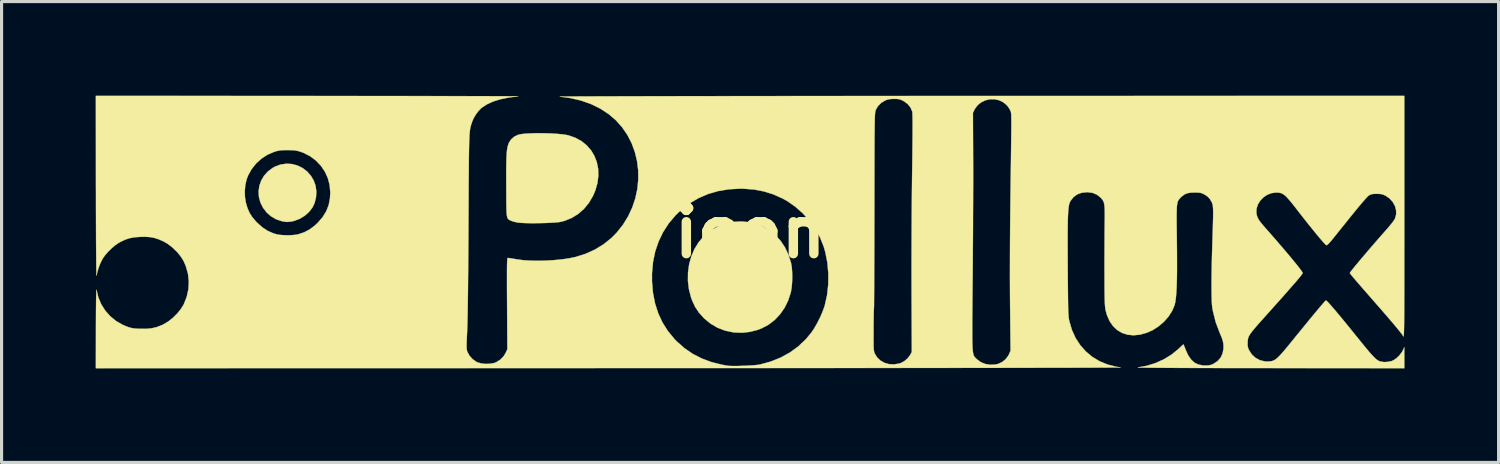
<source format=kicad_pcb>
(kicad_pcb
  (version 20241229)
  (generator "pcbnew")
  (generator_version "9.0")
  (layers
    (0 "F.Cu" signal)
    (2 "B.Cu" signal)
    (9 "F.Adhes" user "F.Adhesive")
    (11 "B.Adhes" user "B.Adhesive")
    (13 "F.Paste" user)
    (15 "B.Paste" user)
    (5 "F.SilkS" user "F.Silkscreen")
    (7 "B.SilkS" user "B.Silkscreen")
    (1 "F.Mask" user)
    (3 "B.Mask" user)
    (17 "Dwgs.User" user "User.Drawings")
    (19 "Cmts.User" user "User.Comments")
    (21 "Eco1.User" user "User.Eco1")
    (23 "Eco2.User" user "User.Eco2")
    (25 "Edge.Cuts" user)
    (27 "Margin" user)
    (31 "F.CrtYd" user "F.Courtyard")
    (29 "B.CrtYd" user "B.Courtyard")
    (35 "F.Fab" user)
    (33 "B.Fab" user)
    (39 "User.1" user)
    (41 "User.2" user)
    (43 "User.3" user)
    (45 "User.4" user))
  (footprint "icon"
    (layer "F.Cu")
    (at 20.854 4.344)
    (property "Reference" "icon" (at 0 0 0) (layer "F.SilkS") (effects (font (size 1.524 1.524) (thickness 0.3))))
    (attr through_hole)
    (fp_poly (pts (xy -14.603 -2.167) (xy -14.428 -2.121) (xy -14.265 -2.042) (xy -14.118 -1.93) (xy -13.993 -1.788) (xy -13.906 -1.64) (xy -13.846 -1.469) (xy -13.822 -1.286) (xy -13.834 -1.1) (xy -13.88 -0.921) (xy -13.949 -0.778) (xy -14.055 -0.64) (xy -14.193 -0.519) (xy -14.352 -0.422) (xy -14.522 -0.357) (xy -14.593 -0.34) (xy -14.682 -0.326) (xy -14.749 -0.321) (xy -14.814 -0.326) (xy -14.896 -0.341) (xy -14.924 -0.346) (xy -15.105 -0.407) (xy -15.272 -0.505) (xy -15.4 -0.617) (xy -15.521 -0.772) (xy -15.605 -0.94) (xy -15.652 -1.115) (xy -15.663 -1.293) (xy -15.639 -1.468) (xy -15.581 -1.636) (xy -15.49 -1.792) (xy -15.366 -1.93) (xy -15.211 -2.045) (xy -15.144 -2.082) (xy -14.966 -2.149) (xy -14.784 -2.177) (xy -14.603 -2.167)) (stroke (width 0.01) (type solid)) (fill yes) (layer "F.SilkS"))
    (fp_poly (pts (xy -0.035 -0.314) (xy 0.203 -0.256) (xy 0.43 -0.163) (xy 0.643 -0.034) (xy 0.796 0.091) (xy 0.973 0.282) (xy 1.116 0.497) (xy 1.228 0.738) (xy 1.305 0.987) (xy 1.328 1.114) (xy 1.34 1.27) (xy 1.344 1.44) (xy 1.338 1.613) (xy 1.323 1.776) (xy 1.3 1.914) (xy 1.296 1.931) (xy 1.213 2.184) (xy 1.098 2.416) (xy 0.953 2.624) (xy 0.782 2.804) (xy 0.586 2.954) (xy 0.369 3.07) (xy 0.232 3.121) (xy -0.008 3.182) (xy -0.239 3.209) (xy -0.474 3.203) (xy -0.546 3.195) (xy -0.801 3.141) (xy -1.041 3.048) (xy -1.263 2.918) (xy -1.463 2.752) (xy -1.473 2.742) (xy -1.63 2.567) (xy -1.752 2.384) (xy -1.847 2.18) (xy -1.881 2.085) (xy -1.949 1.823) (xy -1.981 1.556) (xy -1.978 1.29) (xy -1.942 1.029) (xy -1.873 0.779) (xy -1.773 0.544) (xy -1.643 0.331) (xy -1.484 0.142) (xy -1.424 0.085) (xy -1.22 -0.07) (xy -0.999 -0.19) (xy -0.766 -0.274) (xy -0.524 -0.323) (xy -0.279 -0.336) (xy -0.035 -0.314)) (stroke (width 0.01) (type solid)) (fill yes) (layer "F.SilkS"))
    (fp_poly (pts (xy -6.497 -3.146) (xy -6.316 -3.139) (xy -6.145 -3.128) (xy -5.992 -3.114) (xy -5.864 -3.096) (xy -5.789 -3.081) (xy -5.567 -3.003) (xy -5.371 -2.895) (xy -5.204 -2.76) (xy -5.066 -2.601) (xy -4.959 -2.421) (xy -4.884 -2.224) (xy -4.842 -2.012) (xy -4.836 -1.79) (xy -4.865 -1.56) (xy -4.932 -1.326) (xy -5.005 -1.154) (xy -5.134 -0.933) (xy -5.292 -0.74) (xy -5.475 -0.579) (xy -5.68 -0.451) (xy -5.904 -0.359) (xy -6.023 -0.327) (xy -6.102 -0.314) (xy -6.216 -0.304) (xy -6.356 -0.295) (xy -6.513 -0.288) (xy -6.681 -0.284) (xy -6.851 -0.282) (xy -7.014 -0.282) (xy -7.164 -0.285) (xy -7.291 -0.291) (xy -7.387 -0.3) (xy -7.42 -0.305) (xy -7.506 -0.324) (xy -7.585 -0.348) (xy -7.637 -0.368) (xy -7.666 -0.383) (xy -7.691 -0.398) (xy -7.711 -0.417) (xy -7.728 -0.442) (xy -7.741 -0.478) (xy -7.751 -0.529) (xy -7.758 -0.597) (xy -7.763 -0.688) (xy -7.766 -0.804) (xy -7.768 -0.949) (xy -7.769 -1.127) (xy -7.77 -1.342) (xy -7.77 -1.483) (xy -7.771 -1.739) (xy -7.771 -1.957) (xy -7.769 -2.14) (xy -7.766 -2.293) (xy -7.761 -2.42) (xy -7.755 -2.524) (xy -7.746 -2.609) (xy -7.735 -2.68) (xy -7.721 -2.74) (xy -7.704 -2.794) (xy -7.684 -2.845) (xy -7.683 -2.848) (xy -7.617 -2.951) (xy -7.52 -3.036) (xy -7.399 -3.096) (xy -7.382 -3.101) (xy -7.296 -3.119) (xy -7.176 -3.133) (xy -7.028 -3.142) (xy -6.861 -3.148) (xy -6.681 -3.149) (xy -6.497 -3.146)) (stroke (width 0.01) (type solid)) (fill yes) (layer "F.SilkS"))
    (fp_poly (pts (xy 20.849 -0.471) (xy 20.849 0.004) (xy 20.849 0.438) (xy 20.848 0.833) (xy 20.848 1.192) (xy 20.848 1.515) (xy 20.848 1.804) (xy 20.847 2.062) (xy 20.847 2.29) (xy 20.846 2.489) (xy 20.845 2.662) (xy 20.844 2.811) (xy 20.843 2.936) (xy 20.841 3.041) (xy 20.839 3.126) (xy 20.837 3.193) (xy 20.835 3.245) (xy 20.832 3.282) (xy 20.829 3.307) (xy 20.826 3.322) (xy 20.822 3.328) (xy 20.818 3.326) (xy 20.814 3.32) (xy 20.809 3.31) (xy 20.807 3.307) (xy 20.784 3.271) (xy 20.736 3.207) (xy 20.663 3.117) (xy 20.57 3.004) (xy 20.457 2.87) (xy 20.327 2.718) (xy 20.183 2.551) (xy 20.03 2.375) (xy 19.844 2.163) (xy 19.684 1.98) (xy 19.548 1.824) (xy 19.435 1.694) (xy 19.342 1.587) (xy 19.268 1.5) (xy 19.211 1.433) (xy 19.169 1.382) (xy 19.14 1.346) (xy 19.123 1.322) (xy 19.115 1.309) (xy 19.113 1.305) (xy 19.127 1.282) (xy 19.165 1.232) (xy 19.225 1.156) (xy 19.304 1.06) (xy 19.399 0.946) (xy 19.506 0.818) (xy 19.623 0.681) (xy 19.746 0.536) (xy 19.873 0.389) (xy 20 0.242) (xy 20.125 0.1) (xy 20.244 -0.035) (xy 20.272 -0.066) (xy 20.355 -0.162) (xy 20.431 -0.255) (xy 20.494 -0.336) (xy 20.537 -0.399) (xy 20.552 -0.426) (xy 20.589 -0.556) (xy 20.588 -0.692) (xy 20.553 -0.826) (xy 20.485 -0.951) (xy 20.388 -1.062) (xy 20.264 -1.151) (xy 20.249 -1.159) (xy 20.182 -1.19) (xy 20.12 -1.208) (xy 20.044 -1.215) (xy 19.971 -1.217) (xy 19.877 -1.215) (xy 19.811 -1.206) (xy 19.76 -1.189) (xy 19.722 -1.168) (xy 19.686 -1.137) (xy 19.627 -1.075) (xy 19.546 -0.983) (xy 19.445 -0.865) (xy 19.327 -0.723) (xy 19.193 -0.558) (xy 19.147 -0.501) (xy 19.029 -0.354) (xy 18.914 -0.211) (xy 18.806 -0.077) (xy 18.71 0.043) (xy 18.628 0.145) (xy 18.565 0.223) (xy 18.528 0.269) (xy 18.47 0.336) (xy 18.419 0.388) (xy 18.382 0.418) (xy 18.371 0.422) (xy 18.347 0.406) (xy 18.299 0.358) (xy 18.229 0.28) (xy 18.138 0.173) (xy 18.028 0.041) (xy 17.901 -0.116) (xy 17.758 -0.294) (xy 17.601 -0.493) (xy 17.431 -0.711) (xy 17.414 -0.733) (xy 17.298 -0.882) (xy 17.202 -0.999) (xy 17.123 -1.089) (xy 17.056 -1.156) (xy 16.996 -1.203) (xy 16.939 -1.233) (xy 16.881 -1.25) (xy 16.817 -1.257) (xy 16.753 -1.258) (xy 16.611 -1.238) (xy 16.477 -1.185) (xy 16.357 -1.103) (xy 16.257 -1) (xy 16.183 -0.879) (xy 16.14 -0.749) (xy 16.134 -0.617) (xy 16.147 -0.537) (xy 16.174 -0.46) (xy 16.218 -0.38) (xy 16.285 -0.289) (xy 16.379 -0.178) (xy 16.392 -0.163) (xy 16.573 0.043) (xy 16.747 0.242) (xy 16.91 0.431) (xy 17.061 0.608) (xy 17.199 0.771) (xy 17.32 0.918) (xy 17.423 1.044) (xy 17.505 1.149) (xy 17.566 1.23) (xy 17.601 1.283) (xy 17.611 1.306) (xy 17.601 1.326) (xy 17.572 1.368) (xy 17.522 1.432) (xy 17.45 1.519) (xy 17.355 1.63) (xy 17.236 1.766) (xy 17.093 1.929) (xy 16.924 2.12) (xy 16.727 2.34) (xy 16.532 2.558) (xy 16.378 2.73) (xy 16.249 2.874) (xy 16.144 2.993) (xy 16.061 3.091) (xy 15.995 3.172) (xy 15.946 3.237) (xy 15.911 3.292) (xy 15.887 3.339) (xy 15.872 3.382) (xy 15.864 3.424) (xy 15.859 3.469) (xy 15.857 3.504) (xy 15.855 3.596) (xy 15.863 3.664) (xy 15.882 3.725) (xy 15.898 3.76) (xy 15.987 3.899) (xy 16.103 4.007) (xy 16.242 4.083) (xy 16.397 4.122) (xy 16.478 4.127) (xy 16.547 4.125) (xy 16.608 4.118) (xy 16.665 4.103) (xy 16.72 4.076) (xy 16.779 4.034) (xy 16.845 3.974) (xy 16.922 3.893) (xy 17.014 3.788) (xy 17.124 3.656) (xy 17.252 3.499) (xy 17.473 3.227) (xy 17.67 2.986) (xy 17.842 2.776) (xy 17.99 2.597) (xy 18.113 2.449) (xy 18.211 2.333) (xy 18.283 2.25) (xy 18.33 2.198) (xy 18.351 2.18) (xy 18.351 2.18) (xy 18.376 2.197) (xy 18.427 2.247) (xy 18.503 2.331) (xy 18.605 2.449) (xy 18.733 2.6) (xy 18.886 2.784) (xy 19.064 3.002) (xy 19.267 3.253) (xy 19.395 3.411) (xy 19.534 3.583) (xy 19.651 3.725) (xy 19.747 3.839) (xy 19.828 3.929) (xy 19.894 3.998) (xy 19.95 4.05) (xy 19.999 4.086) (xy 20.043 4.111) (xy 20.086 4.127) (xy 20.097 4.13) (xy 20.205 4.145) (xy 20.327 4.138) (xy 20.443 4.113) (xy 20.501 4.089) (xy 20.597 4.024) (xy 20.692 3.933) (xy 20.77 3.832) (xy 20.805 3.768) (xy 20.848 3.672) (xy 20.849 4.339) (xy 16.526 4.336) (xy 16.053 4.336) (xy 15.601 4.335) (xy 15.174 4.335) (xy 14.771 4.334) (xy 14.394 4.333) (xy 14.045 4.332) (xy 13.724 4.331) (xy 13.434 4.329) (xy 13.175 4.328) (xy 12.95 4.326) (xy 12.758 4.325) (xy 12.602 4.323) (xy 12.484 4.321) (xy 12.403 4.319) (xy 12.363 4.317) (xy 12.361 4.315) (xy 12.645 4.263) (xy 12.922 4.176) (xy 13.186 4.057) (xy 13.429 3.908) (xy 13.644 3.734) (xy 13.673 3.706) (xy 13.733 3.649) (xy 13.78 3.606) (xy 13.808 3.583) (xy 13.812 3.582) (xy 13.822 3.603) (xy 13.843 3.654) (xy 13.871 3.726) (xy 13.883 3.757) (xy 13.962 3.93) (xy 14.053 4.063) (xy 14.158 4.16) (xy 14.28 4.221) (xy 14.422 4.251) (xy 14.499 4.255) (xy 14.597 4.251) (xy 14.671 4.239) (xy 14.741 4.214) (xy 14.77 4.2) (xy 14.9 4.113) (xy 14.998 4.001) (xy 15.06 3.866) (xy 15.088 3.709) (xy 15.087 3.611) (xy 15.079 3.535) (xy 15.063 3.461) (xy 15.036 3.378) (xy 14.994 3.275) (xy 14.969 3.217) (xy 14.84 2.877) (xy 14.75 2.52) (xy 14.729 2.402) (xy 14.72 2.32) (xy 14.713 2.199) (xy 14.709 2.042) (xy 14.706 1.852) (xy 14.706 1.634) (xy 14.708 1.391) (xy 14.712 1.125) (xy 14.718 0.84) (xy 14.726 0.539) (xy 14.732 0.349) (xy 14.74 0.095) (xy 14.747 -0.121) (xy 14.752 -0.302) (xy 14.756 -0.451) (xy 14.757 -0.573) (xy 14.757 -0.67) (xy 14.755 -0.747) (xy 14.75 -0.807) (xy 14.744 -0.854) (xy 14.735 -0.891) (xy 14.725 -0.923) (xy 14.712 -0.952) (xy 14.706 -0.963) (xy 14.649 -1.058) (xy 14.582 -1.129) (xy 14.493 -1.19) (xy 14.457 -1.209) (xy 14.403 -1.234) (xy 14.349 -1.249) (xy 14.28 -1.257) (xy 14.185 -1.259) (xy 14.161 -1.259) (xy 14.028 -1.254) (xy 13.925 -1.234) (xy 13.84 -1.196) (xy 13.761 -1.135) (xy 13.722 -1.097) (xy 13.693 -1.067) (xy 13.669 -1.039) (xy 13.648 -1.01) (xy 13.632 -0.976) (xy 13.619 -0.934) (xy 13.609 -0.879) (xy 13.601 -0.809) (xy 13.597 -0.72) (xy 13.594 -0.608) (xy 13.593 -0.47) (xy 13.594 -0.301) (xy 13.596 -0.099) (xy 13.599 0.141) (xy 13.6 0.251) (xy 13.604 0.613) (xy 13.605 0.934) (xy 13.605 1.218) (xy 13.602 1.466) (xy 13.596 1.68) (xy 13.588 1.863) (xy 13.577 2.017) (xy 13.564 2.143) (xy 13.548 2.245) (xy 13.529 2.324) (xy 13.527 2.333) (xy 13.448 2.518) (xy 13.332 2.697) (xy 13.187 2.862) (xy 13.017 3.007) (xy 12.829 3.127) (xy 12.646 3.209) (xy 12.429 3.27) (xy 12.224 3.291) (xy 12.033 3.273) (xy 11.859 3.218) (xy 11.704 3.127) (xy 11.57 3.002) (xy 11.459 2.843) (xy 11.375 2.652) (xy 11.331 2.496) (xy 11.323 2.451) (xy 11.316 2.399) (xy 11.31 2.335) (xy 11.305 2.254) (xy 11.302 2.153) (xy 11.299 2.028) (xy 11.297 1.875) (xy 11.296 1.689) (xy 11.295 1.466) (xy 11.295 1.376) (xy 11.294 1.147) (xy 11.294 0.905) (xy 11.295 0.66) (xy 11.296 0.419) (xy 11.297 0.192) (xy 11.298 -0.013) (xy 11.3 -0.186) (xy 11.3 -0.222) (xy 11.303 -0.418) (xy 11.303 -0.576) (xy 11.302 -0.702) (xy 11.297 -0.801) (xy 11.288 -0.878) (xy 11.275 -0.937) (xy 11.257 -0.985) (xy 11.232 -1.026) (xy 11.2 -1.065) (xy 11.17 -1.098) (xy 11.055 -1.19) (xy 10.92 -1.247) (xy 10.76 -1.269) (xy 10.732 -1.269) (xy 10.566 -1.251) (xy 10.424 -1.199) (xy 10.306 -1.112) (xy 10.213 -0.993) (xy 10.198 -0.965) (xy 10.183 -0.931) (xy 10.17 -0.889) (xy 10.159 -0.837) (xy 10.149 -0.772) (xy 10.141 -0.691) (xy 10.134 -0.592) (xy 10.129 -0.472) (xy 10.125 -0.327) (xy 10.122 -0.156) (xy 10.121 0.044) (xy 10.12 0.277) (xy 10.121 0.544) (xy 10.122 0.848) (xy 10.123 1.111) (xy 10.125 1.406) (xy 10.127 1.661) (xy 10.129 1.881) (xy 10.131 2.068) (xy 10.133 2.225) (xy 10.135 2.357) (xy 10.138 2.465) (xy 10.141 2.554) (xy 10.145 2.626) (xy 10.15 2.685) (xy 10.155 2.734) (xy 10.161 2.777) (xy 10.169 2.815) (xy 10.175 2.847) (xy 10.258 3.125) (xy 10.374 3.379) (xy 10.523 3.607) (xy 10.701 3.808) (xy 10.907 3.979) (xy 11.138 4.118) (xy 11.394 4.224) (xy 11.671 4.294) (xy 11.812 4.315) (xy 11.8 4.316) (xy 11.746 4.317) (xy 11.651 4.318) (xy 11.517 4.319) (xy 11.344 4.32) (xy 11.133 4.321) (xy 10.886 4.322) (xy 10.602 4.323) (xy 10.284 4.324) (xy 9.931 4.325) (xy 9.545 4.325) (xy 9.126 4.326) (xy 8.676 4.327) (xy 8.195 4.328) (xy 7.685 4.329) (xy 7.146 4.329) (xy 6.579 4.33) (xy 5.985 4.331) (xy 5.365 4.331) (xy 4.72 4.332) (xy 4.051 4.332) (xy 3.358 4.333) (xy 2.643 4.334) (xy 1.906 4.334) (xy 1.149 4.334) (xy 0.372 4.335) (xy -0.424 4.335) (xy -1.238 4.336) (xy -2.069 4.336) (xy -2.916 4.336) (xy -3.778 4.336) (xy -4.44 4.336) (xy -20.849 4.339) (xy -20.847 3.032) (xy -20.846 2.77) (xy -20.845 2.537) (xy -20.843 2.334) (xy -20.841 2.163) (xy -20.838 2.027) (xy -20.835 1.926) (xy -20.832 1.863) (xy -20.829 1.839) (xy -20.826 1.847) (xy -20.771 2.082) (xy -20.678 2.303) (xy -20.55 2.505) (xy -20.391 2.684) (xy -20.204 2.837) (xy -19.991 2.959) (xy -19.871 3.01) (xy -19.786 3.04) (xy -19.71 3.06) (xy -19.631 3.073) (xy -19.533 3.081) (xy -19.438 3.085) (xy -19.241 3.086) (xy -19.07 3.068) (xy -18.912 3.031) (xy -18.755 2.971) (xy -18.684 2.937) (xy -18.538 2.849) (xy -18.39 2.73) (xy -18.252 2.593) (xy -18.134 2.446) (xy -18.049 2.307) (xy -17.954 2.07) (xy -17.9 1.826) (xy -17.886 1.579) (xy -17.913 1.332) (xy -17.981 1.089) (xy -18.049 0.931) (xy -18.14 0.783) (xy -18.262 0.634) (xy -18.404 0.496) (xy -18.556 0.379) (xy -18.691 0.3) (xy -18.841 0.234) (xy -18.98 0.189) (xy -19.12 0.162) (xy -19.276 0.152) (xy -19.431 0.154) (xy -19.614 0.167) (xy -19.771 0.196) (xy -19.918 0.244) (xy -20.068 0.316) (xy -20.136 0.355) (xy -20.242 0.429) (xy -20.357 0.528) (xy -20.47 0.64) (xy -20.567 0.755) (xy -20.634 0.851) (xy -20.704 0.99) (xy -20.765 1.148) (xy -20.81 1.307) (xy -20.826 1.392) (xy -20.828 1.387) (xy -20.831 1.341) (xy -20.833 1.257) (xy -20.835 1.137) (xy -20.837 0.982) (xy -20.838 0.794) (xy -20.84 0.576) (xy -20.842 0.33) (xy -20.843 0.057) (xy -20.844 -0.241) (xy -20.845 -0.562) (xy -20.846 -0.903) (xy -20.846 -1.263) (xy -20.846 -1.299) (xy -16.104 -1.299) (xy -16.097 -1.104) (xy -16.069 -0.935) (xy -16.016 -0.758) (xy -15.95 -0.608) (xy -15.863 -0.473) (xy -15.748 -0.337) (xy -15.706 -0.294) (xy -15.541 -0.147) (xy -15.372 -0.036) (xy -15.19 0.043) (xy -15.092 0.072) (xy -14.989 0.091) (xy -14.86 0.101) (xy -14.719 0.104) (xy -14.58 0.098) (xy -14.46 0.085) (xy -14.403 0.074) (xy -14.211 0.01) (xy -14.037 -0.082) (xy -13.872 -0.206) (xy -13.778 -0.294) (xy -13.623 -0.473) (xy -13.508 -0.659) (xy -13.43 -0.858) (xy -13.388 -1.076) (xy -13.378 -1.261) (xy -13.398 -1.495) (xy -13.456 -1.717) (xy -13.551 -1.925) (xy -13.678 -2.113) (xy -13.836 -2.278) (xy -14.02 -2.416) (xy -14.228 -2.522) (xy -14.315 -2.554) (xy -14.399 -2.58) (xy -14.473 -2.596) (xy -14.551 -2.606) (xy -14.647 -2.61) (xy -14.743 -2.611) (xy -14.861 -2.61) (xy -14.952 -2.605) (xy -15.028 -2.593) (xy -15.103 -2.575) (xy -15.17 -2.554) (xy -15.382 -2.463) (xy -15.575 -2.337) (xy -15.745 -2.182) (xy -15.888 -2.001) (xy -15.998 -1.802) (xy -16.047 -1.672) (xy -16.087 -1.495) (xy -16.104 -1.299) (xy -20.846 -1.299) (xy -20.847 -1.413) (xy -20.849 -4.339) (xy -14.081 -4.336) (xy -13.549 -4.335) (xy -13.029 -4.335) (xy -12.522 -4.335) (xy -12.029 -4.334) (xy -11.553 -4.334) (xy -11.094 -4.334) (xy -10.654 -4.333) (xy -10.235 -4.333) (xy -9.838 -4.332) (xy -9.465 -4.331) (xy -9.118 -4.331) (xy -8.798 -4.33) (xy -8.506 -4.33) (xy -8.245 -4.329) (xy -8.015 -4.329) (xy -7.818 -4.328) (xy -7.656 -4.327) (xy -7.531 -4.327) (xy -7.444 -4.326) (xy -7.396 -4.326) (xy -7.387 -4.325) (xy -7.692 -4.286) (xy -7.958 -4.231) (xy -8.188 -4.16) (xy -8.382 -4.072) (xy -8.543 -3.967) (xy -8.574 -3.941) (xy -8.66 -3.852) (xy -8.745 -3.737) (xy -8.816 -3.615) (xy -8.857 -3.517) (xy -8.871 -3.474) (xy -8.884 -3.435) (xy -8.896 -3.398) (xy -8.906 -3.359) (xy -8.916 -3.318) (xy -8.924 -3.271) (xy -8.931 -3.216) (xy -8.937 -3.151) (xy -8.943 -3.074) (xy -8.947 -2.983) (xy -8.952 -2.875) (xy -8.955 -2.747) (xy -8.958 -2.599) (xy -8.961 -2.427) (xy -8.963 -2.229) (xy -8.965 -2.003) (xy -8.967 -1.746) (xy -8.969 -1.457) (xy -8.97 -1.133) (xy -8.972 -0.772) (xy -8.974 -0.371) (xy -8.975 -0.265) (xy -8.977 0.202) (xy -8.98 0.642) (xy -8.983 1.053) (xy -8.987 1.434) (xy -8.99 1.782) (xy -8.994 2.098) (xy -8.998 2.379) (xy -9.002 2.625) (xy -9.007 2.832) (xy -9.011 3.001) (xy -9.016 3.129) (xy -9.017 3.159) (xy -9.025 3.33) (xy -9.031 3.464) (xy -9.034 3.567) (xy -9.035 3.644) (xy -9.033 3.702) (xy -9.028 3.746) (xy -9.021 3.781) (xy -9.011 3.813) (xy -9.006 3.824) (xy -8.94 3.945) (xy -8.843 4.052) (xy -8.727 4.134) (xy -8.694 4.151) (xy -8.577 4.186) (xy -8.44 4.203) (xy -8.299 4.2) (xy -8.17 4.179) (xy -8.096 4.153) (xy -7.96 4.068) (xy -7.851 3.955) (xy -7.785 3.844) (xy -7.736 3.736) (xy -7.744 2.281) (xy -7.746 1.995) (xy -7.747 1.748) (xy -7.747 1.539) (xy -7.747 1.363) (xy -7.747 1.312) (xy -3.126 1.312) (xy -3.126 1.577) (xy -3.095 1.938) (xy -3.029 2.275) (xy -2.928 2.59) (xy -2.792 2.883) (xy -2.62 3.155) (xy -2.411 3.409) (xy -2.34 3.483) (xy -2.096 3.698) (xy -1.832 3.88) (xy -1.543 4.029) (xy -1.229 4.146) (xy -0.888 4.231) (xy -0.709 4.262) (xy -0.64 4.268) (xy -0.537 4.27) (xy -0.412 4.27) (xy -0.271 4.266) (xy -0.126 4.261) (xy 0.014 4.253) (xy 0.141 4.244) (xy 0.245 4.234) (xy 0.317 4.223) (xy 0.318 4.222) (xy 0.663 4.127) (xy 0.982 3.998) (xy 1.274 3.837) (xy 1.538 3.644) (xy 1.748 3.445) (xy 3.935 3.445) (xy 3.935 3.564) (xy 3.937 3.656) (xy 3.941 3.725) (xy 3.946 3.776) (xy 3.953 3.815) (xy 3.962 3.846) (xy 3.973 3.875) (xy 3.974 3.876) (xy 4.051 4) (xy 4.157 4.099) (xy 4.286 4.17) (xy 4.431 4.211) (xy 4.587 4.219) (xy 4.748 4.193) (xy 4.803 4.176) (xy 4.911 4.119) (xy 5.012 4.034) (xy 5.093 3.933) (xy 5.108 3.907) (xy 5.154 3.821) (xy 5.151 3.124) (xy 7.08 3.124) (xy 7.08 3.296) (xy 7.082 3.442) (xy 7.084 3.564) (xy 7.088 3.666) (xy 7.094 3.749) (xy 7.101 3.816) (xy 7.11 3.869) (xy 7.121 3.911) (xy 7.133 3.944) (xy 7.148 3.97) (xy 7.165 3.992) (xy 7.184 4.012) (xy 7.205 4.032) (xy 7.228 4.055) (xy 7.347 4.144) (xy 7.489 4.204) (xy 7.645 4.231) (xy 7.807 4.224) (xy 7.909 4.202) (xy 8.03 4.146) (xy 8.139 4.058) (xy 8.225 3.949) (xy 8.254 3.892) (xy 8.301 3.782) (xy 8.286 2.33) (xy 8.283 1.892) (xy 8.281 1.415) (xy 8.282 0.902) (xy 8.284 0.359) (xy 8.288 -0.213) (xy 8.294 -0.809) (xy 8.3 -1.281) (xy 8.305 -1.657) (xy 8.31 -1.993) (xy 8.314 -2.291) (xy 8.317 -2.554) (xy 8.32 -2.784) (xy 8.322 -2.984) (xy 8.324 -3.155) (xy 8.325 -3.3) (xy 8.326 -3.422) (xy 8.326 -3.522) (xy 8.325 -3.604) (xy 8.324 -3.669) (xy 8.323 -3.719) (xy 8.321 -3.758) (xy 8.318 -3.787) (xy 8.315 -3.809) (xy 8.311 -3.826) (xy 8.306 -3.84) (xy 8.301 -3.854) (xy 8.299 -3.862) (xy 8.268 -3.923) (xy 8.219 -3.995) (xy 8.176 -4.046) (xy 8.06 -4.141) (xy 7.927 -4.203) (xy 7.785 -4.232) (xy 7.639 -4.23) (xy 7.497 -4.197) (xy 7.367 -4.135) (xy 7.254 -4.045) (xy 7.166 -3.927) (xy 7.151 -3.9) (xy 7.102 -3.799) (xy 7.108 -2.36) (xy 7.109 -2.131) (xy 7.109 -1.865) (xy 7.109 -1.567) (xy 7.108 -1.243) (xy 7.107 -0.899) (xy 7.105 -0.539) (xy 7.104 -0.169) (xy 7.102 0.205) (xy 7.099 0.578) (xy 7.097 0.944) (xy 7.094 1.299) (xy 7.093 1.422) (xy 7.089 1.798) (xy 7.086 2.134) (xy 7.084 2.432) (xy 7.081 2.695) (xy 7.08 2.925) (xy 7.08 3.124) (xy 5.151 3.124) (xy 5.146 1.863) (xy 5.146 1.52) (xy 5.145 1.148) (xy 5.146 0.753) (xy 5.147 0.345) (xy 5.149 -0.069) (xy 5.151 -0.481) (xy 5.154 -0.882) (xy 5.157 -1.265) (xy 5.161 -1.621) (xy 5.165 -1.926) (xy 5.17 -2.272) (xy 5.173 -2.577) (xy 5.176 -2.844) (xy 5.178 -3.074) (xy 5.179 -3.271) (xy 5.18 -3.435) (xy 5.179 -3.568) (xy 5.177 -3.674) (xy 5.175 -3.753) (xy 5.172 -3.808) (xy 5.168 -3.841) (xy 5.166 -3.846) (xy 5.112 -3.969) (xy 5.023 -4.079) (xy 4.905 -4.167) (xy 4.88 -4.18) (xy 4.808 -4.214) (xy 4.747 -4.233) (xy 4.677 -4.241) (xy 4.584 -4.243) (xy 4.474 -4.238) (xy 4.389 -4.224) (xy 4.312 -4.197) (xy 4.307 -4.194) (xy 4.18 -4.117) (xy 4.077 -4.016) (xy 4.008 -3.897) (xy 4.003 -3.885) (xy 3.998 -3.869) (xy 3.993 -3.85) (xy 3.989 -3.827) (xy 3.985 -3.796) (xy 3.981 -3.757) (xy 3.978 -3.706) (xy 3.975 -3.642) (xy 3.973 -3.563) (xy 3.971 -3.466) (xy 3.969 -3.35) (xy 3.968 -3.213) (xy 3.966 -3.051) (xy 3.965 -2.864) (xy 3.964 -2.649) (xy 3.963 -2.405) (xy 3.963 -2.128) (xy 3.962 -1.817) (xy 3.962 -1.47) (xy 3.961 -1.084) (xy 3.961 -0.69) (xy 3.96 -0.332) (xy 3.959 0.015) (xy 3.959 0.348) (xy 3.958 0.664) (xy 3.957 0.962) (xy 3.956 1.239) (xy 3.955 1.492) (xy 3.954 1.72) (xy 3.953 1.919) (xy 3.952 2.088) (xy 3.951 2.224) (xy 3.95 2.325) (xy 3.949 2.389) (xy 3.948 2.413) (xy 3.948 2.413) (xy 3.946 2.437) (xy 3.943 2.498) (xy 3.941 2.591) (xy 3.939 2.711) (xy 3.937 2.853) (xy 3.936 3.011) (xy 3.936 3.105) (xy 3.935 3.294) (xy 3.935 3.445) (xy 1.748 3.445) (xy 1.775 3.419) (xy 1.951 3.208) (xy 2.043 3.071) (xy 2.137 2.907) (xy 2.227 2.73) (xy 2.305 2.552) (xy 2.365 2.389) (xy 2.38 2.34) (xy 2.453 2.013) (xy 2.491 1.671) (xy 2.494 1.323) (xy 2.463 0.978) (xy 2.398 0.644) (xy 2.347 0.466) (xy 2.231 0.176) (xy 2.078 -0.101) (xy 1.892 -0.362) (xy 1.677 -0.6) (xy 1.436 -0.811) (xy 1.176 -0.991) (xy 1.043 -1.065) (xy 0.748 -1.198) (xy 0.445 -1.293) (xy 0.129 -1.354) (xy -0.206 -1.38) (xy -0.307 -1.382) (xy -0.668 -1.363) (xy -1.011 -1.307) (xy -1.336 -1.213) (xy -1.642 -1.081) (xy -1.928 -0.913) (xy -2.193 -0.708) (xy -2.373 -0.535) (xy -2.591 -0.277) (xy -2.772 0.002) (xy -2.916 0.301) (xy -3.024 0.619) (xy -3.094 0.957) (xy -3.126 1.312) (xy -7.747 1.312) (xy -7.747 1.218) (xy -7.746 1.1) (xy -7.744 1.009) (xy -7.741 0.939) (xy -7.738 0.889) (xy -7.734 0.855) (xy -7.729 0.836) (xy -7.724 0.827) (xy -7.72 0.826) (xy -7.687 0.829) (xy -7.622 0.839) (xy -7.535 0.853) (xy -7.437 0.87) (xy -7.238 0.897) (xy -7.009 0.912) (xy -6.759 0.917) (xy -6.498 0.911) (xy -6.237 0.895) (xy -5.985 0.87) (xy -5.753 0.836) (xy -5.556 0.794) (xy -5.238 0.693) (xy -4.94 0.558) (xy -4.666 0.389) (xy -4.418 0.19) (xy -4.254 0.024) (xy -4.053 -0.229) (xy -3.887 -0.499) (xy -3.755 -0.781) (xy -3.657 -1.073) (xy -3.593 -1.371) (xy -3.563 -1.672) (xy -3.566 -1.972) (xy -3.603 -2.267) (xy -3.673 -2.555) (xy -3.775 -2.832) (xy -3.911 -3.095) (xy -4.078 -3.339) (xy -4.278 -3.563) (xy -4.503 -3.756) (xy -4.771 -3.932) (xy -5.067 -4.077) (xy -5.387 -4.19) (xy -5.731 -4.27) (xy -6.067 -4.315) (xy -6.058 -4.316) (xy -6.009 -4.317) (xy -5.919 -4.318) (xy -5.789 -4.319) (xy -5.62 -4.32) (xy -5.414 -4.321) (xy -5.17 -4.322) (xy -4.891 -4.323) (xy -4.576 -4.324) (xy -4.227 -4.325) (xy -3.845 -4.326) (xy -3.43 -4.327) (xy -2.984 -4.328) (xy -2.507 -4.329) (xy -2 -4.33) (xy -1.464 -4.33) (xy -0.9 -4.331) (xy -0.309 -4.332) (xy 0.308 -4.332) (xy 0.951 -4.333) (xy 1.618 -4.334) (xy 2.308 -4.334) (xy 3.021 -4.335) (xy 3.756 -4.335) (xy 4.512 -4.335) (xy 5.287 -4.336) (xy 6.082 -4.336) (xy 6.895 -4.336) (xy 7.287 -4.336) (xy 20.849 -4.339) (xy 20.849 -0.471)) (stroke (width 0.01) (type solid)) (fill yes) (layer "F.SilkS")))
  (gr_rect
    (start -3 -3)
    (end 44.708 11.688)
    (stroke (width 0.1) (type default))
    (fill no)
    (layer "Edge.Cuts")))
</source>
